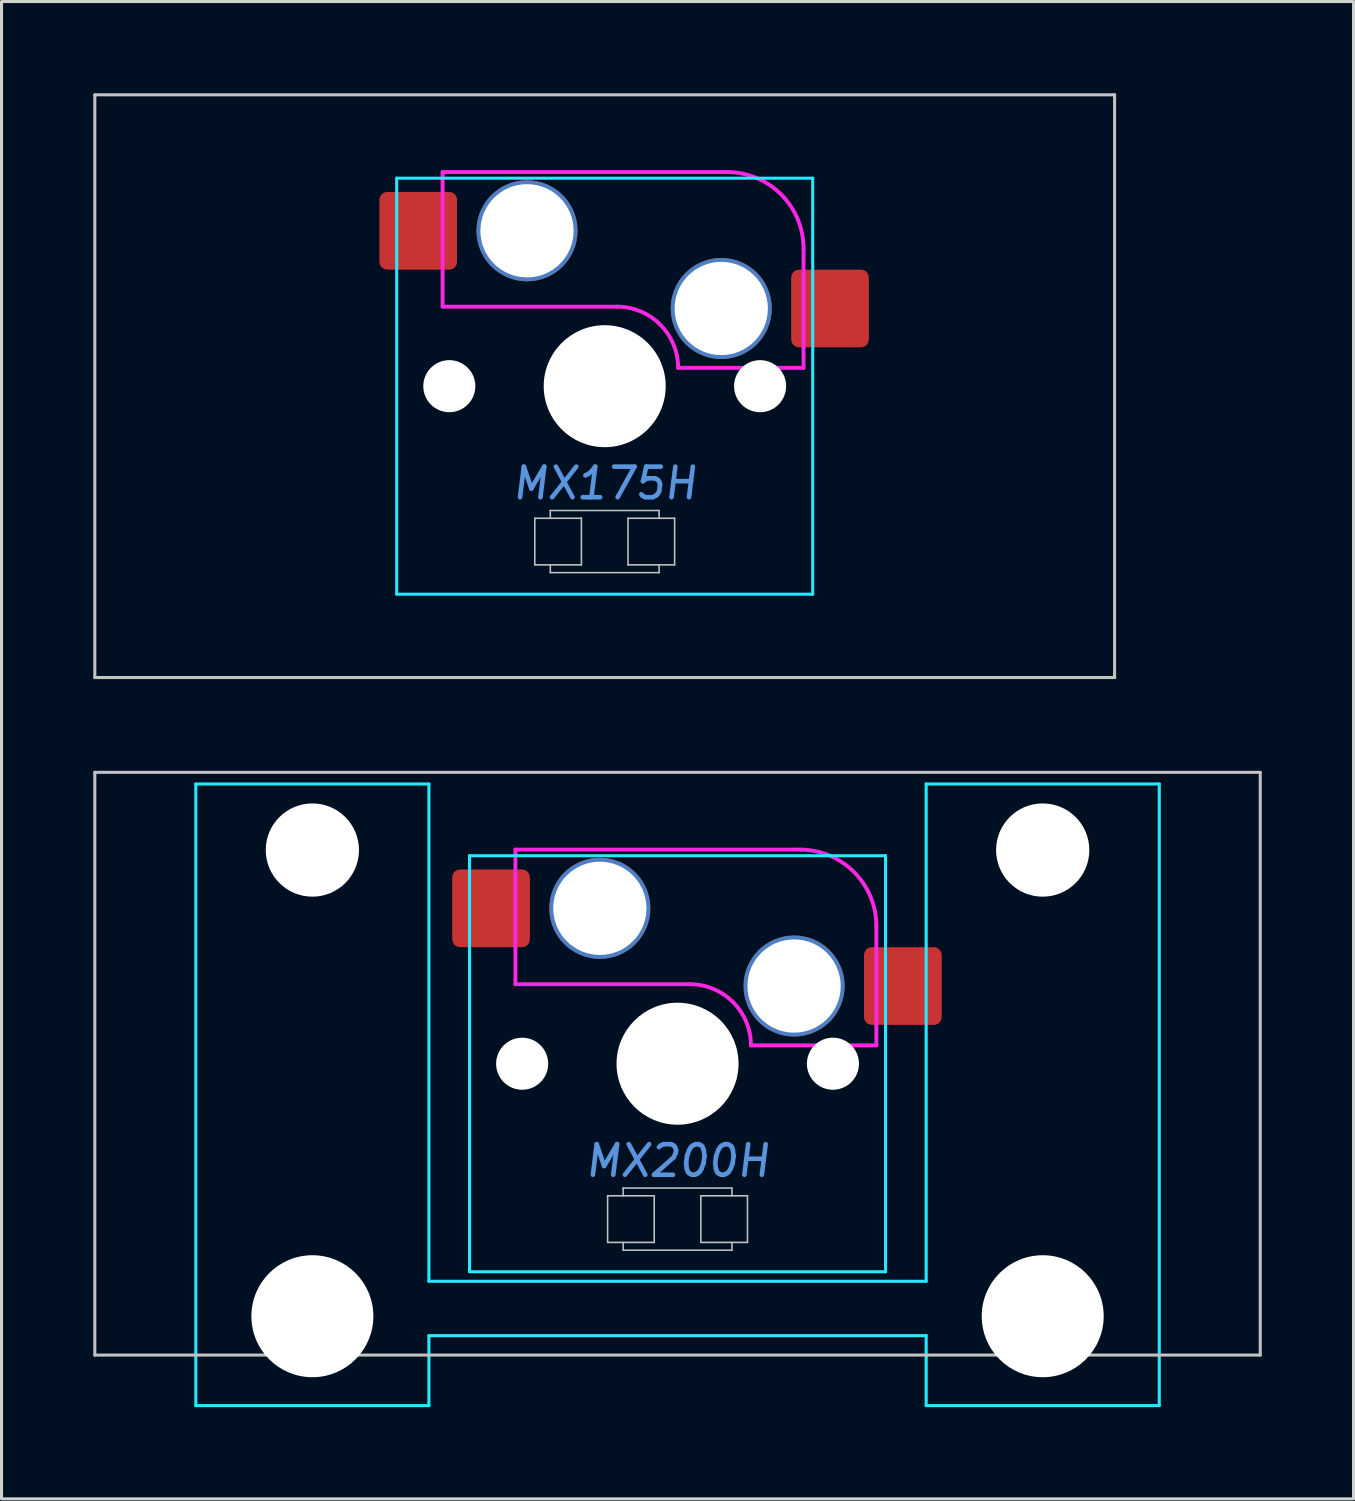
<source format=kicad_pcb>
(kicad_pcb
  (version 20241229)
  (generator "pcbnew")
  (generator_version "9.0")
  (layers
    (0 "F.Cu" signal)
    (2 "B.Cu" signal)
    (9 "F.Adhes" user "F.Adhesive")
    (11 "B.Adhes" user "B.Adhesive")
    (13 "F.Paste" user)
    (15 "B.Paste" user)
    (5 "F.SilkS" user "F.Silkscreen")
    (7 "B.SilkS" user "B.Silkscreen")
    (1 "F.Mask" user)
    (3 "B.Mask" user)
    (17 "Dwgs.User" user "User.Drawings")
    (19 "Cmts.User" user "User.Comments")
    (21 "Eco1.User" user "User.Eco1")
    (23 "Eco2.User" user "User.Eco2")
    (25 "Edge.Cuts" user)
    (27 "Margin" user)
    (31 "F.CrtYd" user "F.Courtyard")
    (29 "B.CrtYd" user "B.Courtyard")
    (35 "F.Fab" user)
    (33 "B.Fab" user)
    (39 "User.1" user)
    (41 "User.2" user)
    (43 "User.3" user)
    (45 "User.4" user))
  (footprint "MX200H"
    (layer "F.Cu")
    (at 19.1 31.725)
    (property "Reference" "MX200H" (at 0 3.175 0) (layer "Cmts.User") (effects (font (size 1 1) (thickness 0.15) (italic yes))))
    (attr smd)
    (fp_line (start -19.05 -9.525) (end -19.05 9.525) (stroke (width 0.1) (type solid)) (layer "Dwgs.User"))
    (fp_line (start -19.05 -9.525) (end 19.05 -9.525) (stroke (width 0.1) (type solid)) (layer "Dwgs.User"))
    (fp_line (start -19.05 9.525) (end 19.05 9.525) (stroke (width 0.1) (type solid)) (layer "Dwgs.User"))
    (fp_line (start -2.286 4.318) (end -0.762 4.318) (stroke (width 0.051) (type solid)) (layer "Dwgs.User"))
    (fp_line (start -2.286 5.842) (end -2.286 4.318) (stroke (width 0.051) (type solid)) (layer "Dwgs.User"))
    (fp_line (start -1.778 4.064) (end 1.778 4.064) (stroke (width 0.051) (type solid)) (layer "Dwgs.User"))
    (fp_line (start -1.778 4.318) (end -1.778 4.064) (stroke (width 0.051) (type solid)) (layer "Dwgs.User"))
    (fp_line (start -1.778 6.096) (end -1.778 5.842) (stroke (width 0.051) (type solid)) (layer "Dwgs.User"))
    (fp_line (start -0.762 4.318) (end -0.762 5.842) (stroke (width 0.051) (type solid)) (layer "Dwgs.User"))
    (fp_line (start -0.762 5.842) (end -2.286 5.842) (stroke (width 0.051) (type solid)) (layer "Dwgs.User"))
    (fp_line (start 0.762 4.318) (end 2.286 4.318) (stroke (width 0.051) (type solid)) (layer "Dwgs.User"))
    (fp_line (start 0.762 5.842) (end 0.762 4.318) (stroke (width 0.051) (type solid)) (layer "Dwgs.User"))
    (fp_line (start 1.778 4.064) (end 1.778 4.318) (stroke (width 0.051) (type solid)) (layer "Dwgs.User"))
    (fp_line (start 1.778 5.842) (end 1.778 6.096) (stroke (width 0.051) (type solid)) (layer "Dwgs.User"))
    (fp_line (start 1.778 6.096) (end -1.778 6.096) (stroke (width 0.051) (type solid)) (layer "Dwgs.User"))
    (fp_line (start 2.286 4.318) (end 2.286 5.842) (stroke (width 0.051) (type solid)) (layer "Dwgs.User"))
    (fp_line (start 2.286 5.842) (end 0.762 5.842) (stroke (width 0.051) (type solid)) (layer "Dwgs.User"))
    (fp_line (start 19.05 -9.525) (end 19.05 9.525) (stroke (width 0.1) (type solid)) (layer "Dwgs.User"))
    (fp_line (start -15.438 -5.485) (end -15.438 8.515) (stroke (width 0.1) (type solid)) (layer "Eco1.User"))
    (fp_line (start -14.938 -5.985) (end -8.938 -5.985) (stroke (width 0.1) (type solid)) (layer "Eco1.User"))
    (fp_line (start -8.938 9.015) (end -14.938 9.015) (stroke (width 0.1) (type solid)) (layer "Eco1.User"))
    (fp_line (start -8.438 8.515) (end -8.438 -5.485) (stroke (width 0.1) (type solid)) (layer "Eco1.User"))
    (fp_line (start -7 -6.5) (end -7 6.5) (stroke (width 0.1) (type solid)) (layer "Eco1.User"))
    (fp_line (start -6.5 7) (end 6.5 7) (stroke (width 0.1) (type solid)) (layer "Eco1.User"))
    (fp_line (start 6.5 -7) (end -6.5 -7) (stroke (width 0.1) (type solid)) (layer "Eco1.User"))
    (fp_line (start 7 6.5) (end 7 -6.5) (stroke (width 0.1) (type solid)) (layer "Eco1.User"))
    (fp_line (start 8.438 -5.485) (end 8.438 8.515) (stroke (width 0.1) (type solid)) (layer "Eco1.User"))
    (fp_line (start 8.938 -5.985) (end 14.938 -5.985) (stroke (width 0.1) (type solid)) (layer "Eco1.User"))
    (fp_line (start 14.938 9.015) (end 8.938 9.015) (stroke (width 0.1) (type solid)) (layer "Eco1.User"))
    (fp_line (start 15.438 8.515) (end 15.438 -5.485) (stroke (width 0.1) (type solid)) (layer "Eco1.User"))
    (fp_arc (start -15.438 -5.485) (mid -15.291553 -5.838553) (end -14.938 -5.985) (stroke (width 0.1) (type solid)) (layer "Eco1.User"))
    (fp_arc (start -14.938 9.015) (mid -15.291553 8.868553) (end -15.438 8.515) (stroke (width 0.1) (type solid)) (layer "Eco1.User"))
    (fp_arc (start -8.938 -5.985) (mid -8.584447 -5.838553) (end -8.438 -5.485) (stroke (width 0.1) (type solid)) (layer "Eco1.User"))
    (fp_arc (start -8.438 8.515) (mid -8.584447 8.868553) (end -8.938 9.015) (stroke (width 0.1) (type solid)) (layer "Eco1.User"))
    (fp_arc (start -7 -6.5) (mid -6.853553 -6.853553) (end -6.5 -7) (stroke (width 0.1) (type solid)) (layer "Eco1.User"))
    (fp_arc (start -6.5 7) (mid -6.853553 6.853553) (end -7 6.5) (stroke (width 0.1) (type solid)) (layer "Eco1.User"))
    (fp_arc (start 6.5 -7) (mid 6.853553 -6.853553) (end 7 -6.5) (stroke (width 0.1) (type solid)) (layer "Eco1.User"))
    (fp_arc (start 7 6.5) (mid 6.853553 6.853553) (end 6.5 7) (stroke (width 0.1) (type solid)) (layer "Eco1.User"))
    (fp_arc (start 8.438 -5.485) (mid 8.584447 -5.838553) (end 8.938 -5.985) (stroke (width 0.1) (type solid)) (layer "Eco1.User"))
    (fp_arc (start 8.938 9.015) (mid 8.584447 8.868553) (end 8.438 8.515) (stroke (width 0.1) (type solid)) (layer "Eco1.User"))
    (fp_arc (start 14.938 -5.985) (mid 15.291553 -5.838553) (end 15.438 -5.485) (stroke (width 0.1) (type solid)) (layer "Eco1.User"))
    (fp_arc (start 15.438 8.515) (mid 15.291553 8.868553) (end 14.938 9.015) (stroke (width 0.1) (type solid)) (layer "Eco1.User"))
    (fp_line (start -15.748 -9.144) (end -15.748 11.176) (stroke (width 0.1) (type solid)) (layer "B.CrtYd"))
    (fp_line (start -15.748 11.176) (end -8.128 11.176) (stroke (width 0.1) (type solid)) (layer "B.CrtYd"))
    (fp_line (start -8.128 -9.144) (end -15.748 -9.144) (stroke (width 0.1) (type solid)) (layer "B.CrtYd"))
    (fp_line (start -8.128 7.112) (end -8.128 -9.144) (stroke (width 0.1) (type solid)) (layer "B.CrtYd"))
    (fp_line (start -8.128 7.112) (end 8.128 7.112) (stroke (width 0.1) (type solid)) (layer "B.CrtYd"))
    (fp_line (start -8.128 8.89) (end -8.128 11.176) (stroke (width 0.1) (type solid)) (layer "B.CrtYd"))
    (fp_line (start -8.128 8.89) (end 8.128 8.89) (stroke (width 0.1) (type solid)) (layer "B.CrtYd"))
    (fp_line (start -6.8 -6.8) (end -6.8 6.8) (stroke (width 0.1) (type solid)) (layer "B.CrtYd"))
    (fp_line (start 6.8 -6.8) (end -6.8 -6.8) (stroke (width 0.1) (type solid)) (layer "B.CrtYd"))
    (fp_line (start 6.8 -6.8) (end 6.8 6.8) (stroke (width 0.1) (type solid)) (layer "B.CrtYd"))
    (fp_line (start 6.8 6.8) (end -6.8 6.8) (stroke (width 0.1) (type solid)) (layer "B.CrtYd"))
    (fp_line (start 8.128 7.112) (end 8.128 -9.144) (stroke (width 0.1) (type solid)) (layer "B.CrtYd"))
    (fp_line (start 8.128 8.89) (end 8.128 11.176) (stroke (width 0.1) (type solid)) (layer "B.CrtYd"))
    (fp_line (start 8.128 11.176) (end 15.748 11.176) (stroke (width 0.1) (type solid)) (layer "B.CrtYd"))
    (fp_line (start 15.748 -9.144) (end 8.128 -9.144) (stroke (width 0.1) (type solid)) (layer "B.CrtYd"))
    (fp_line (start 15.748 11.176) (end 15.748 -9.144) (stroke (width 0.1) (type solid)) (layer "B.CrtYd"))
    (fp_line (start -5.3 -7) (end -5.3 -2.6) (stroke (width 0.127) (type solid)) (layer "F.CrtYd"))
    (fp_line (start -5.3 -7) (end 4 -7) (stroke (width 0.127) (type solid)) (layer "F.CrtYd"))
    (fp_line (start 0.4 -2.6) (end -5.3 -2.6) (stroke (width 0.127) (type solid)) (layer "F.CrtYd"))
    (fp_line (start 6.5 -4.5) (end 6.5 -0.6) (stroke (width 0.127) (type solid)) (layer "F.CrtYd"))
    (fp_line (start 6.5 -0.6) (end 2.4 -0.6) (stroke (width 0.127) (type solid)) (layer "F.CrtYd"))
    (fp_arc (start 0.4 -2.6) (mid 1.814214 -2.014214) (end 2.4 -0.6) (stroke (width 0.127) (type solid)) (layer "F.CrtYd"))
    (fp_arc (start 4 -7) (mid 5.767767 -6.267767) (end 6.5 -4.5) (stroke (width 0.127) (type solid)) (layer "F.CrtYd"))
    (pad "" np_thru_hole circle (at -11.938 -6.985) (size 3.048 3.048) (drill 3.048) (layers "*.Cu" "*.Mask"))
    (pad "" np_thru_hole circle (at -11.938 8.255) (size 3.988 3.988) (drill 3.988) (layers "*.Cu" "*.Mask"))
    (pad "" np_thru_hole circle (at -5.08 0) (size 1.702 1.702) (drill 1.702) (layers "*.Cu" "*.Mask"))
    (pad "" np_thru_hole circle (at -2.54 -5.08) (size 3.302 3.302) (drill 3.048) (layers "*.Cu" "*.Mask"))
    (pad "" np_thru_hole circle (at 0 0) (size 3.988 3.988) (drill 3.988) (layers "*.Cu" "*.Mask"))
    (pad "" np_thru_hole circle (at 3.81 -2.54) (size 3.302 3.302) (drill 3.048) (layers "*.Cu" "*.Mask"))
    (pad "" np_thru_hole circle (at 5.08 0) (size 1.702 1.702) (drill 1.702) (layers "*.Cu" "*.Mask"))
    (pad "" np_thru_hole circle (at 11.938 -6.985) (size 3.048 3.048) (drill 3.048) (layers "*.Cu" "*.Mask"))
    (pad "" np_thru_hole circle (at 11.938 8.255) (size 3.988 3.988) (drill 3.988) (layers "*.Cu" "*.Mask"))
    (pad "1" smd roundrect (at -6.096 -5.08) (size 2.54 2.54) (layers "F.Cu" "F.Mask") (roundrect_rratio 0.1))
    (pad "2" smd roundrect (at 7.366 -2.54) (size 2.54 2.54) (layers "F.Cu" "F.Mask") (roundrect_rratio 0.1)))
  (footprint "MX175H"
    (layer "F.Cu")
    (at 16.719 9.575)
    (property "Reference" "MX175H" (at 0 3.175 0) (layer "Cmts.User") (effects (font (size 1 1) (thickness 0.15) (italic yes))))
    (attr smd)
    (fp_line (start -16.669 -9.525) (end -16.669 9.525) (stroke (width 0.1) (type solid)) (layer "Dwgs.User"))
    (fp_line (start -16.669 -9.525) (end 16.669 -9.525) (stroke (width 0.1) (type solid)) (layer "Dwgs.User"))
    (fp_line (start -16.669 9.525) (end 16.669 9.525) (stroke (width 0.1) (type solid)) (layer "Dwgs.User"))
    (fp_line (start -2.286 4.318) (end -2.286 5.842) (stroke (width 0.051) (type solid)) (layer "Dwgs.User"))
    (fp_line (start -2.286 5.842) (end -0.762 5.842) (stroke (width 0.051) (type solid)) (layer "Dwgs.User"))
    (fp_line (start -1.778 4.064) (end -1.778 4.318) (stroke (width 0.051) (type solid)) (layer "Dwgs.User"))
    (fp_line (start -1.778 6.096) (end -1.778 5.842) (stroke (width 0.051) (type solid)) (layer "Dwgs.User"))
    (fp_line (start -1.778 6.096) (end 1.778 6.096) (stroke (width 0.051) (type solid)) (layer "Dwgs.User"))
    (fp_line (start -0.762 4.318) (end -2.286 4.318) (stroke (width 0.051) (type solid)) (layer "Dwgs.User"))
    (fp_line (start -0.762 5.842) (end -0.762 4.318) (stroke (width 0.051) (type solid)) (layer "Dwgs.User"))
    (fp_line (start 0.762 4.318) (end 2.286 4.318) (stroke (width 0.051) (type solid)) (layer "Dwgs.User"))
    (fp_line (start 0.762 5.842) (end 0.762 4.318) (stroke (width 0.051) (type solid)) (layer "Dwgs.User"))
    (fp_line (start 1.778 4.064) (end -1.778 4.064) (stroke (width 0.051) (type solid)) (layer "Dwgs.User"))
    (fp_line (start 1.778 4.318) (end 1.778 4.064) (stroke (width 0.051) (type solid)) (layer "Dwgs.User"))
    (fp_line (start 1.778 6.096) (end 1.778 5.842) (stroke (width 0.051) (type solid)) (layer "Dwgs.User"))
    (fp_line (start 2.286 4.318) (end 2.286 5.842) (stroke (width 0.051) (type solid)) (layer "Dwgs.User"))
    (fp_line (start 2.286 5.842) (end 0.762 5.842) (stroke (width 0.051) (type solid)) (layer "Dwgs.User"))
    (fp_line (start 16.669 9.525) (end 16.669 -9.525) (stroke (width 0.1) (type solid)) (layer "Dwgs.User"))
    (fp_line (start -7 6.5) (end -7 -6.5) (stroke (width 0.1) (type solid)) (layer "Eco1.User"))
    (fp_line (start -6.5 -7) (end 6.5 -7) (stroke (width 0.1) (type solid)) (layer "Eco1.User"))
    (fp_line (start 6.5 7) (end -6.5 7) (stroke (width 0.1) (type solid)) (layer "Eco1.User"))
    (fp_line (start 7 -6.5) (end 7 6.5) (stroke (width 0.1) (type solid)) (layer "Eco1.User"))
    (fp_arc (start -7 -6.5) (mid -6.853553 -6.853553) (end -6.5 -7) (stroke (width 0.1) (type solid)) (layer "Eco1.User"))
    (fp_arc (start -6.5 7) (mid -6.853553 6.853553) (end -7 6.5) (stroke (width 0.1) (type solid)) (layer "Eco1.User"))
    (fp_arc (start 6.5 -7) (mid 6.853553 -6.853553) (end 7 -6.5) (stroke (width 0.1) (type solid)) (layer "Eco1.User"))
    (fp_arc (start 7 6.5) (mid 6.853553 6.853553) (end 6.5 7) (stroke (width 0.1) (type solid)) (layer "Eco1.User"))
    (fp_line (start -6.8 -6.8) (end -6.8 6.8) (stroke (width 0.1) (type solid)) (layer "B.CrtYd"))
    (fp_line (start -6.8 -6.8) (end 6.8 -6.8) (stroke (width 0.1) (type solid)) (layer "B.CrtYd"))
    (fp_line (start 6.8 6.8) (end -6.8 6.8) (stroke (width 0.1) (type solid)) (layer "B.CrtYd"))
    (fp_line (start 6.8 6.8) (end 6.8 -6.8) (stroke (width 0.1) (type solid)) (layer "B.CrtYd"))
    (fp_line (start -5.3 -7) (end -5.3 -2.6) (stroke (width 0.127) (type solid)) (layer "F.CrtYd"))
    (fp_line (start -5.3 -7) (end 4 -7) (stroke (width 0.127) (type solid)) (layer "F.CrtYd"))
    (fp_line (start 0.4 -2.6) (end -5.3 -2.6) (stroke (width 0.127) (type solid)) (layer "F.CrtYd"))
    (fp_line (start 6.5 -4.5) (end 6.5 -0.6) (stroke (width 0.127) (type solid)) (layer "F.CrtYd"))
    (fp_line (start 6.5 -0.6) (end 2.4 -0.6) (stroke (width 0.127) (type solid)) (layer "F.CrtYd"))
    (fp_arc (start 0.4 -2.6) (mid 1.814214 -2.014214) (end 2.4 -0.6) (stroke (width 0.127) (type solid)) (layer "F.CrtYd"))
    (fp_arc (start 4 -7) (mid 5.767767 -6.267767) (end 6.5 -4.5) (stroke (width 0.127) (type solid)) (layer "F.CrtYd"))
    (pad "" np_thru_hole circle (at -5.08 0) (size 1.702 1.702) (drill 1.702) (layers "*.Cu" "*.Mask"))
    (pad "" np_thru_hole circle (at -2.54 -5.08) (size 3.302 3.302) (drill 3.048) (layers "*.Cu" "*.Mask"))
    (pad "" np_thru_hole circle (at 0 0) (size 3.988 3.988) (drill 3.988) (layers "*.Cu" "*.Mask"))
    (pad "" np_thru_hole circle (at 3.81 -2.54 90) (size 3.302 3.302) (drill 3.048) (layers "*.Cu" "*.Mask"))
    (pad "" np_thru_hole circle (at 5.08 0) (size 1.702 1.702) (drill 1.702) (layers "*.Cu" "*.Mask"))
    (pad "1" smd roundrect (at -6.096 -5.08) (size 2.54 2.54) (layers "F.Cu" "F.Mask") (roundrect_rratio 0.1))
    (pad "2" smd roundrect (at 7.366 -2.54) (size 2.54 2.54) (layers "F.Cu" "F.Mask") (roundrect_rratio 0.1)))
  (gr_rect
    (start -3 -3)
    (end 41.2 45.951)
    (stroke (width 0.1) (type default))
    (fill no)
    (layer "Edge.Cuts")))
</source>
